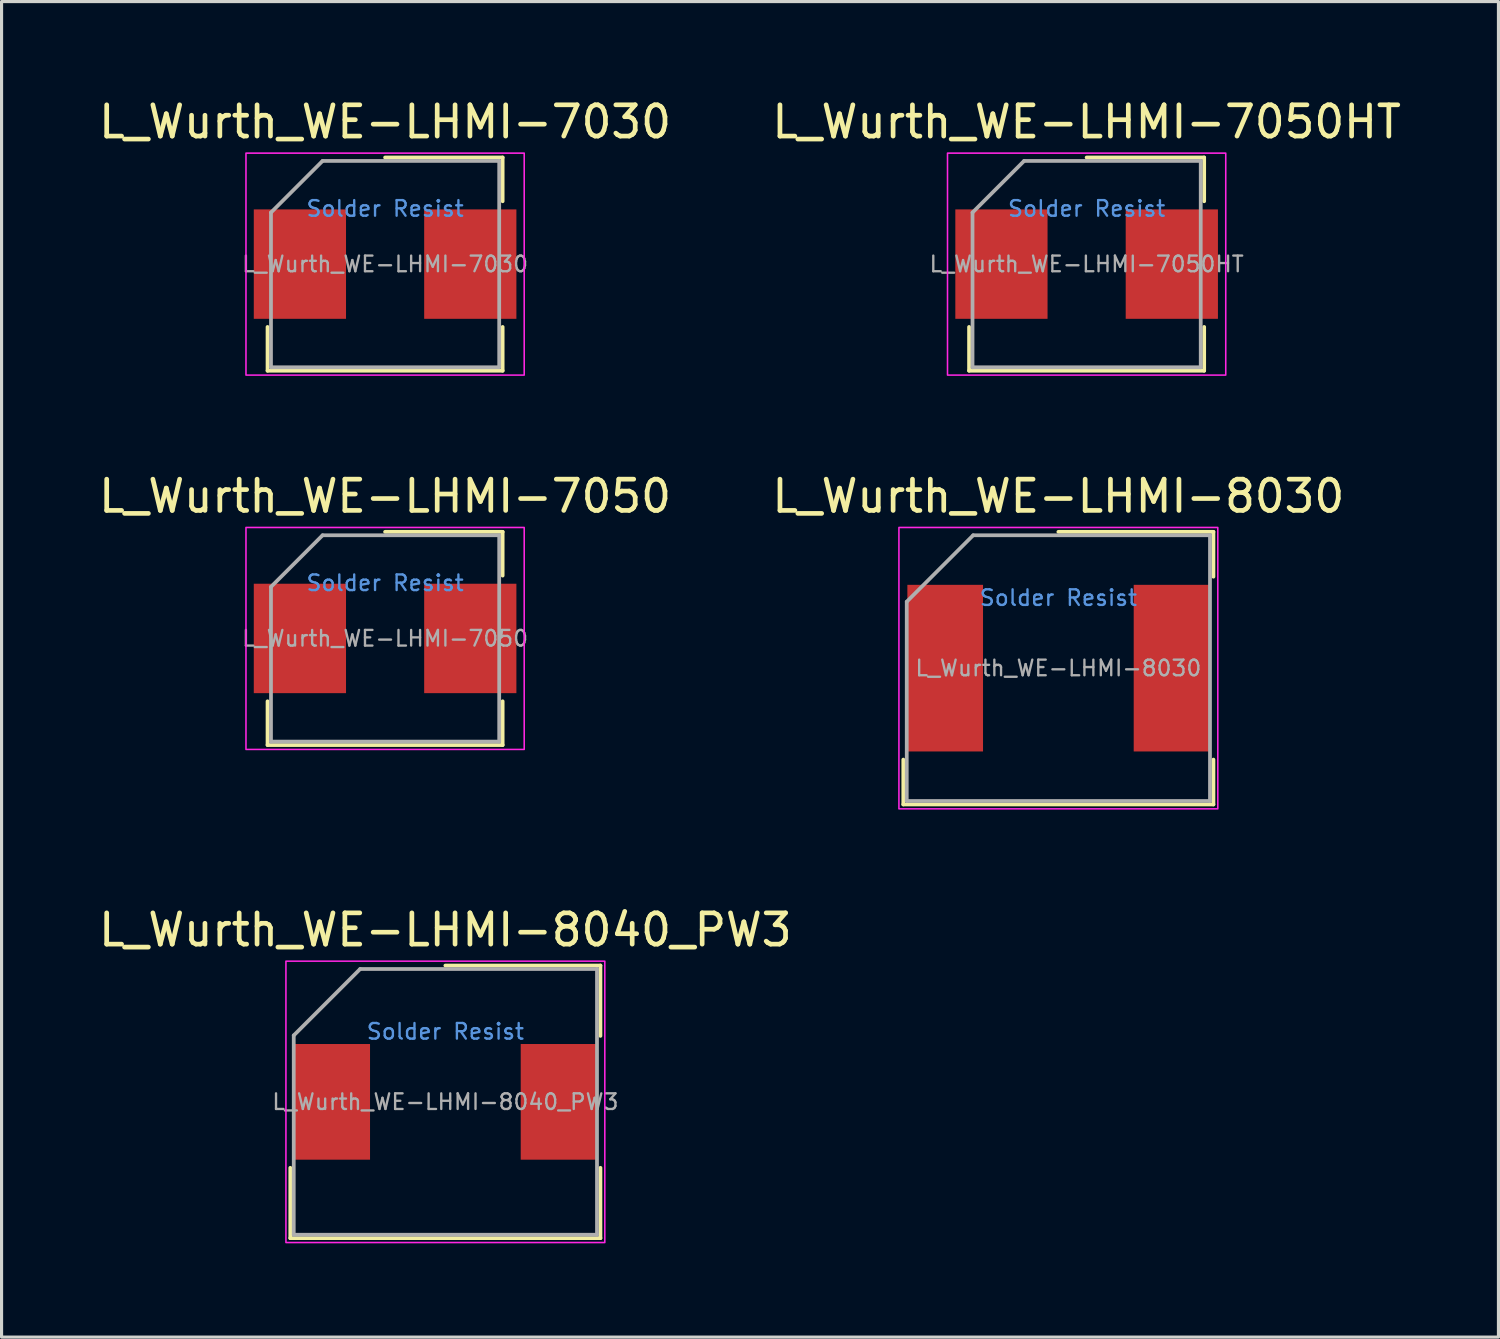
<source format=kicad_pcb>
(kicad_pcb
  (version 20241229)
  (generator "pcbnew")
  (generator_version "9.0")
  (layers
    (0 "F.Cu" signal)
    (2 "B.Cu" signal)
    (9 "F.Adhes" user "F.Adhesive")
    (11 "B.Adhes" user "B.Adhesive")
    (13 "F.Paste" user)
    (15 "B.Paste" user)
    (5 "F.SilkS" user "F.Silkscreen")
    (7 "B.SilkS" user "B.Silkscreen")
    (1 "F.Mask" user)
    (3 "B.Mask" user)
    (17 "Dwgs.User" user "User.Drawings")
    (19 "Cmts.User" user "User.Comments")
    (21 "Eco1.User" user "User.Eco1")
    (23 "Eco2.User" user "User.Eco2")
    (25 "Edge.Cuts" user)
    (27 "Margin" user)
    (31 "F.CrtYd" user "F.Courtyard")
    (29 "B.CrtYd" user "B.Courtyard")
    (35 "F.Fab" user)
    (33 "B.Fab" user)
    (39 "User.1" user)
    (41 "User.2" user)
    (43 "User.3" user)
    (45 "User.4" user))
  (footprint "L_Wurth_WE-LHMI-7050"
    (layer "F.Cu")
    (at 9.268 17.372)
    (property "Reference" "L_Wurth_WE-LHMI-7050" (at 0 -4.55 0) (unlocked yes) (layer "F.SilkS") (effects (font (size 1 1) (thickness 0.15))))
    (attr smd)
    (fp_line (start -3.76 3.41) (end -3.76 2.01) (stroke (width 0.12) (type solid)) (layer "F.SilkS"))
    (fp_line (start -3.76 3.41) (end 3.76 3.41) (stroke (width 0.12) (type solid)) (layer "F.SilkS"))
    (fp_line (start 0 -3.41) (end 3.76 -3.41) (stroke (width 0.12) (type solid)) (layer "F.SilkS"))
    (fp_line (start 3.76 -3.41) (end 3.76 -2.01) (stroke (width 0.12) (type solid)) (layer "F.SilkS"))
    (fp_line (start 3.76 3.41) (end 3.76 2.01) (stroke (width 0.12) (type solid)) (layer "F.SilkS"))
    (fp_rect (start -4.45 -3.55) (end 4.45 3.55) (stroke (width 0.05) (type solid)) (fill no) (layer "F.CrtYd"))
    (fp_line (start -3.65 -1.65) (end -3.65 3.3) (stroke (width 0.12) (type solid)) (layer "F.Fab"))
    (fp_line (start -3.65 3.3) (end 3.65 3.3) (stroke (width 0.12) (type solid)) (layer "F.Fab"))
    (fp_line (start -2 -3.3) (end -3.65 -1.65) (stroke (width 0.12) (type solid)) (layer "F.Fab"))
    (fp_line (start 3.65 -3.3) (end -2 -3.3) (stroke (width 0.12) (type solid)) (layer "F.Fab"))
    (fp_line (start 3.65 3.3) (end 3.65 -3.3) (stroke (width 0.12) (type solid)) (layer "F.Fab"))
    (fp_text user "Solder Resist" (at 0 -1.775 0) (unlocked yes) (layer "Cmts.User") (effects (font (size 0.5 0.5) (thickness 0.075))))
    (fp_text user "${REFERENCE}" (at 0 0 0) (unlocked yes) (layer "F.Fab") (effects (font (size 0.5 0.5) (thickness 0.075))))
    (pad "1" smd rect (at -2.725 0) (size 2.95 3.5) (layers "F.Cu" "F.Mask" "F.Paste"))
    (pad "2" smd rect (at 2.725 0) (size 2.95 3.5) (layers "F.Cu" "F.Mask" "F.Paste"))
    (zone (net_name "") (layers "F.Cu" "Dwgs.User") (name "Solder Resist") (hatch full 0.1) (connect_pads) (min_thickness 0.25) (filled_areas_thickness no) (keepout (tracks not_allowed) (vias not_allowed) (pads not_allowed) (copperpour not_allowed) (footprints not_allowed)) (placement (enabled no)) (fill) (polygon (pts (xy 8.018 20.922) (xy 10.518 20.922) (xy 10.518 13.822) (xy 8.018 13.822)))))
  (footprint "L_Wurth_WE-LHMI-7030"
    (layer "F.Cu")
    (at 9.268 5.398)
    (property "Reference" "L_Wurth_WE-LHMI-7030" (at 0 -4.55 0) (unlocked yes) (layer "F.SilkS") (effects (font (size 1 1) (thickness 0.15))))
    (attr smd)
    (fp_line (start -3.76 3.41) (end -3.76 2.01) (stroke (width 0.12) (type solid)) (layer "F.SilkS"))
    (fp_line (start -3.76 3.41) (end 3.76 3.41) (stroke (width 0.12) (type solid)) (layer "F.SilkS"))
    (fp_line (start 0 -3.41) (end 3.76 -3.41) (stroke (width 0.12) (type solid)) (layer "F.SilkS"))
    (fp_line (start 3.76 -3.41) (end 3.76 -2.01) (stroke (width 0.12) (type solid)) (layer "F.SilkS"))
    (fp_line (start 3.76 3.41) (end 3.76 2.01) (stroke (width 0.12) (type solid)) (layer "F.SilkS"))
    (fp_rect (start -4.45 -3.55) (end 4.45 3.55) (stroke (width 0.05) (type solid)) (fill no) (layer "F.CrtYd"))
    (fp_line (start -3.65 -1.65) (end -3.65 3.3) (stroke (width 0.12) (type solid)) (layer "F.Fab"))
    (fp_line (start -3.65 3.3) (end 3.65 3.3) (stroke (width 0.12) (type solid)) (layer "F.Fab"))
    (fp_line (start -2 -3.3) (end -3.65 -1.65) (stroke (width 0.12) (type solid)) (layer "F.Fab"))
    (fp_line (start 3.65 -3.3) (end -2 -3.3) (stroke (width 0.12) (type solid)) (layer "F.Fab"))
    (fp_line (start 3.65 3.3) (end 3.65 -3.3) (stroke (width 0.12) (type solid)) (layer "F.Fab"))
    (fp_text user "Solder Resist" (at 0 -1.775 0) (unlocked yes) (layer "Cmts.User") (effects (font (size 0.5 0.5) (thickness 0.075))))
    (fp_text user "${REFERENCE}" (at 0 0 0) (unlocked yes) (layer "F.Fab") (effects (font (size 0.5 0.5) (thickness 0.075))))
    (pad "1" smd rect (at -2.725 0) (size 2.95 3.5) (layers "F.Cu" "F.Mask" "F.Paste"))
    (pad "2" smd rect (at 2.725 0) (size 2.95 3.5) (layers "F.Cu" "F.Mask" "F.Paste"))
    (zone (net_name "") (layers "F.Cu" "Dwgs.User") (name "Solder Resist") (hatch full 0.1) (connect_pads) (min_thickness 0.25) (filled_areas_thickness no) (keepout (tracks not_allowed) (vias not_allowed) (pads not_allowed) (copperpour not_allowed) (footprints not_allowed)) (placement (enabled no)) (fill) (polygon (pts (xy 8.018 8.948) (xy 10.518 8.948) (xy 10.518 1.848) (xy 8.018 1.848)))))
  (footprint "L_Wurth_WE-LHMI-8040_PW3"
    (layer "F.Cu")
    (at 11.196 32.195)
    (property "Reference" "L_Wurth_WE-LHMI-8040_PW3" (at 0 -5.5 0) (unlocked yes) (layer "F.SilkS") (effects (font (size 1 1) (thickness 0.15))))
    (attr smd)
    (fp_line (start -4.96 4.36) (end -4.96 2.11) (stroke (width 0.12) (type solid)) (layer "F.SilkS"))
    (fp_line (start -4.96 4.36) (end 4.96 4.36) (stroke (width 0.12) (type solid)) (layer "F.SilkS"))
    (fp_line (start 0 -4.36) (end 4.96 -4.36) (stroke (width 0.12) (type solid)) (layer "F.SilkS"))
    (fp_line (start 4.96 -4.36) (end 4.96 -2.11) (stroke (width 0.12) (type solid)) (layer "F.SilkS"))
    (fp_line (start 4.96 4.36) (end 4.96 2.11) (stroke (width 0.12) (type solid)) (layer "F.SilkS"))
    (fp_rect (start -5.1 -4.5) (end 5.1 4.5) (stroke (width 0.05) (type solid)) (fill no) (layer "F.CrtYd"))
    (fp_line (start -4.85 -2.125) (end -4.85 4.25) (stroke (width 0.12) (type solid)) (layer "F.Fab"))
    (fp_line (start -4.85 4.25) (end 4.85 4.25) (stroke (width 0.12) (type solid)) (layer "F.Fab"))
    (fp_line (start -2.725 -4.25) (end -4.85 -2.125) (stroke (width 0.12) (type solid)) (layer "F.Fab"))
    (fp_line (start 4.85 -4.25) (end -2.725 -4.25) (stroke (width 0.12) (type solid)) (layer "F.Fab"))
    (fp_line (start 4.85 4.25) (end 4.85 -4.25) (stroke (width 0.12) (type solid)) (layer "F.Fab"))
    (fp_text user "Solder Resist" (at 0 -2.25 0) (unlocked yes) (layer "Cmts.User") (effects (font (size 0.5 0.5) (thickness 0.075))))
    (fp_text user "${REFERENCE}" (at 0 0 0) (unlocked yes) (layer "F.Fab") (effects (font (size 0.5 0.5) (thickness 0.075))))
    (pad "1" smd rect (at -3.62 0) (size 2.42 3.7) (layers "F.Cu" "F.Mask" "F.Paste"))
    (pad "2" smd rect (at 3.62 0) (size 2.42 3.7) (layers "F.Cu" "F.Mask" "F.Paste"))
    (zone (net_name "") (layers "F.Cu" "Dwgs.User") (name "Solder Resist") (hatch full 0.1) (connect_pads) (min_thickness 0.25) (filled_areas_thickness no) (keepout (tracks not_allowed) (vias not_allowed) (pads not_allowed) (copperpour not_allowed) (footprints not_allowed)) (placement (enabled no)) (fill) (polygon (pts (xy 8.786 36.695) (xy 13.606 36.695) (xy 13.606 27.695) (xy 8.786 27.695)))))
  (footprint "L_Wurth_WE-LHMI-7050HT"
    (layer "F.Cu")
    (at 31.708 5.398)
    (property "Reference" "L_Wurth_WE-LHMI-7050HT" (at 0 -4.55 0) (unlocked yes) (layer "F.SilkS") (effects (font (size 1 1) (thickness 0.15))))
    (attr smd)
    (fp_line (start -3.76 3.41) (end -3.76 2.01) (stroke (width 0.12) (type solid)) (layer "F.SilkS"))
    (fp_line (start -3.76 3.41) (end 3.76 3.41) (stroke (width 0.12) (type solid)) (layer "F.SilkS"))
    (fp_line (start 0 -3.41) (end 3.76 -3.41) (stroke (width 0.12) (type solid)) (layer "F.SilkS"))
    (fp_line (start 3.76 -3.41) (end 3.76 -2.01) (stroke (width 0.12) (type solid)) (layer "F.SilkS"))
    (fp_line (start 3.76 3.41) (end 3.76 2.01) (stroke (width 0.12) (type solid)) (layer "F.SilkS"))
    (fp_rect (start -4.45 -3.55) (end 4.45 3.55) (stroke (width 0.05) (type solid)) (fill no) (layer "F.CrtYd"))
    (fp_line (start -3.65 -1.65) (end -3.65 3.3) (stroke (width 0.12) (type solid)) (layer "F.Fab"))
    (fp_line (start -3.65 3.3) (end 3.65 3.3) (stroke (width 0.12) (type solid)) (layer "F.Fab"))
    (fp_line (start -2 -3.3) (end -3.65 -1.65) (stroke (width 0.12) (type solid)) (layer "F.Fab"))
    (fp_line (start 3.65 -3.3) (end -2 -3.3) (stroke (width 0.12) (type solid)) (layer "F.Fab"))
    (fp_line (start 3.65 3.3) (end 3.65 -3.3) (stroke (width 0.12) (type solid)) (layer "F.Fab"))
    (fp_text user "Solder Resist" (at 0 -1.775 0) (unlocked yes) (layer "Cmts.User") (effects (font (size 0.5 0.5) (thickness 0.075))))
    (fp_text user "${REFERENCE}" (at 0 0 0) (unlocked yes) (layer "F.Fab") (effects (font (size 0.5 0.5) (thickness 0.075))))
    (pad "1" smd rect (at -2.725 0) (size 2.95 3.5) (layers "F.Cu" "F.Mask" "F.Paste"))
    (pad "2" smd rect (at 2.725 0) (size 2.95 3.5) (layers "F.Cu" "F.Mask" "F.Paste"))
    (zone (net_name "") (layers "F.Cu" "Dwgs.User") (name "Solder Resist") (hatch full 0.1) (connect_pads) (min_thickness 0.25) (filled_areas_thickness no) (keepout (tracks not_allowed) (vias not_allowed) (pads not_allowed) (copperpour not_allowed) (footprints not_allowed)) (placement (enabled no)) (fill) (polygon (pts (xy 30.458 8.948) (xy 32.958 8.948) (xy 32.958 1.848) (xy 30.458 1.848)))))
  (footprint "L_Wurth_WE-LHMI-8030"
    (layer "F.Cu")
    (at 30.804 18.322)
    (property "Reference" "L_Wurth_WE-LHMI-8030" (at 0 -5.5 0) (unlocked yes) (layer "F.SilkS") (effects (font (size 1 1) (thickness 0.15))))
    (attr smd)
    (fp_line (start -4.96 4.36) (end -4.96 2.925) (stroke (width 0.12) (type solid)) (layer "F.SilkS"))
    (fp_line (start -4.96 4.36) (end 4.96 4.36) (stroke (width 0.12) (type solid)) (layer "F.SilkS"))
    (fp_line (start 0 -4.36) (end 4.96 -4.36) (stroke (width 0.12) (type solid)) (layer "F.SilkS"))
    (fp_line (start 4.96 -4.36) (end 4.96 -2.925) (stroke (width 0.12) (type solid)) (layer "F.SilkS"))
    (fp_line (start 4.96 4.36) (end 4.96 2.925) (stroke (width 0.12) (type solid)) (layer "F.SilkS"))
    (fp_rect (start -5.1 -4.5) (end 5.1 4.5) (stroke (width 0.05) (type solid)) (fill no) (layer "F.CrtYd"))
    (fp_line (start -4.85 -2.125) (end -4.85 4.25) (stroke (width 0.12) (type solid)) (layer "F.Fab"))
    (fp_line (start -4.85 4.25) (end 4.85 4.25) (stroke (width 0.12) (type solid)) (layer "F.Fab"))
    (fp_line (start -2.725 -4.25) (end -4.85 -2.125) (stroke (width 0.12) (type solid)) (layer "F.Fab"))
    (fp_line (start 4.85 -4.25) (end -2.725 -4.25) (stroke (width 0.12) (type solid)) (layer "F.Fab"))
    (fp_line (start 4.85 4.25) (end 4.85 -4.25) (stroke (width 0.12) (type solid)) (layer "F.Fab"))
    (fp_text user "Solder Resist" (at 0 -2.25 0) (unlocked yes) (layer "Cmts.User") (effects (font (size 0.5 0.5) (thickness 0.075))))
    (fp_text user "${REFERENCE}" (at 0 0 0) (unlocked yes) (layer "F.Fab") (effects (font (size 0.5 0.5) (thickness 0.075))))
    (pad "1" smd rect (at -3.62 0) (size 2.42 5.33) (layers "F.Cu" "F.Mask" "F.Paste"))
    (pad "2" smd rect (at 3.62 0) (size 2.42 5.33) (layers "F.Cu" "F.Mask" "F.Paste"))
    (zone (net_name "") (layers "F.Cu" "Dwgs.User") (name "Solder Resist") (hatch full 0.1) (connect_pads) (min_thickness 0.25) (filled_areas_thickness no) (keepout (tracks not_allowed) (vias not_allowed) (pads not_allowed) (copperpour not_allowed) (footprints not_allowed)) (placement (enabled no)) (fill) (polygon (pts (xy 28.394 22.822) (xy 33.214 22.822) (xy 33.214 13.822) (xy 28.394 13.822)))))
  (gr_rect
    (start -3 -3)
    (end 44.881 39.72)
    (stroke (width 0.1) (type default))
    (fill no)
    (layer "Edge.Cuts")))
</source>
